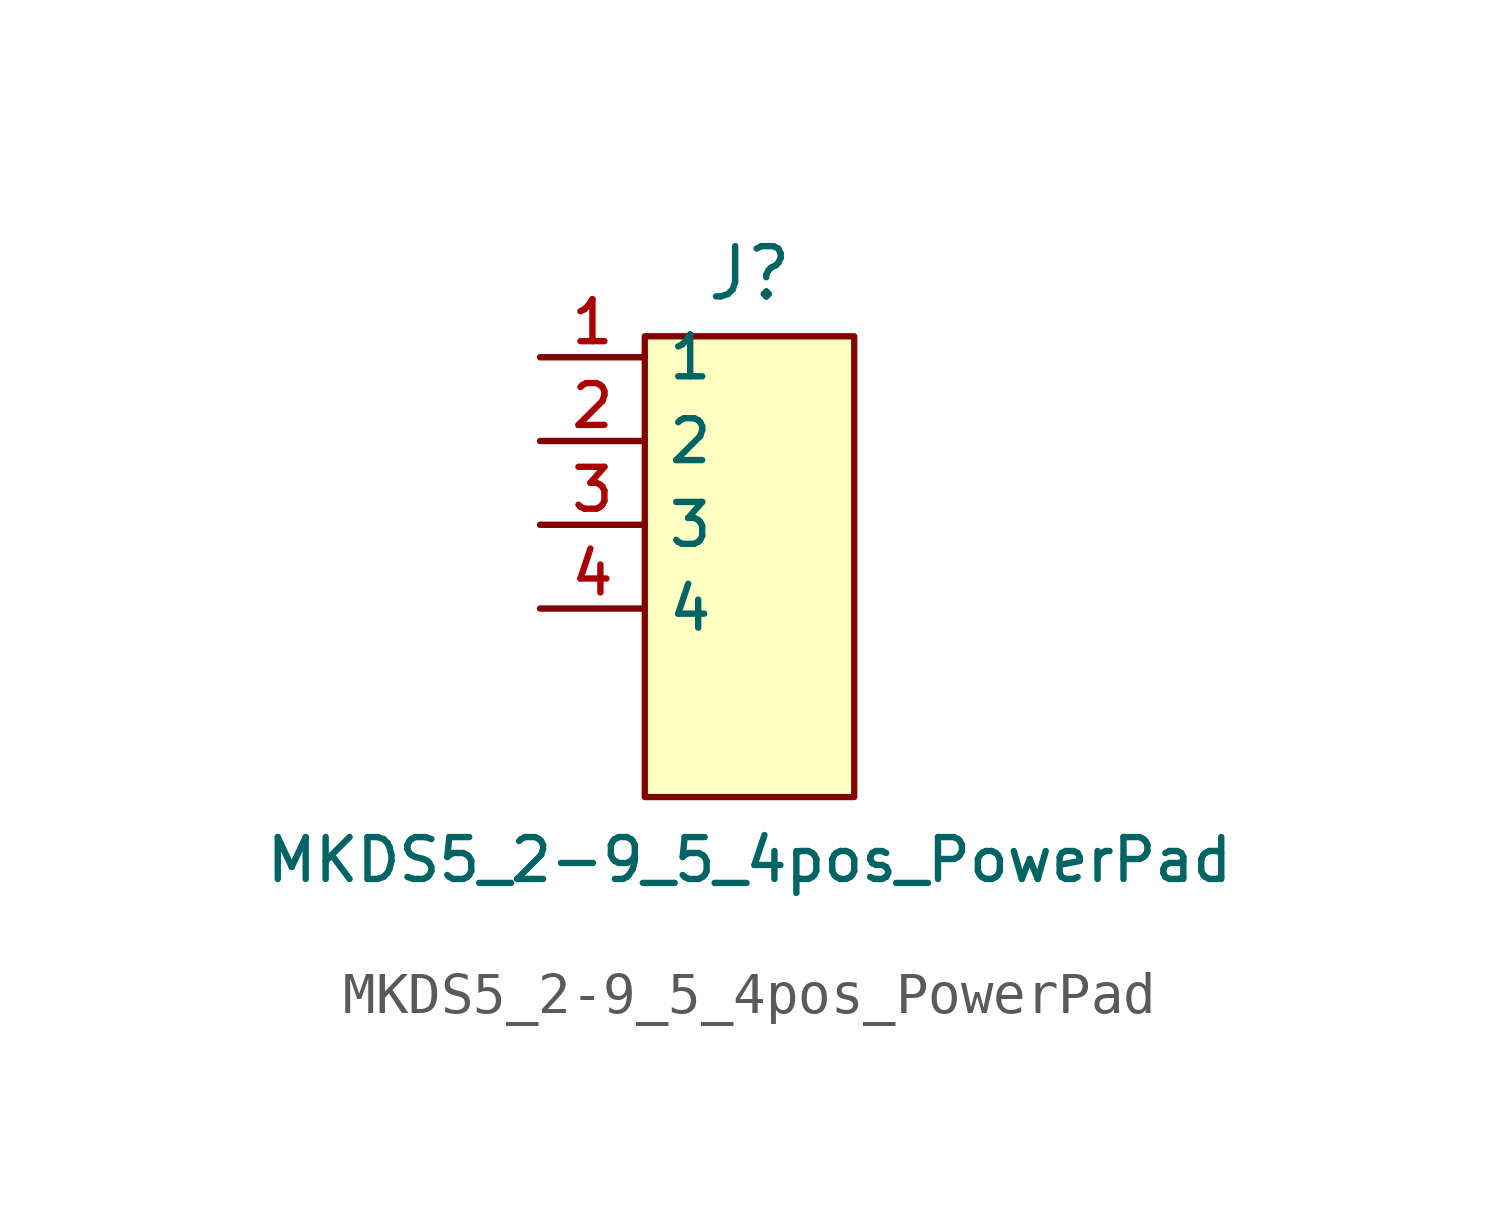
<source format=kicad_sym>
(kicad_symbol_lib
  (version 20211014)
  (generator KiCad)
  (symbol "MKDS5_2-9_5_4pos_PowerPad"
    (property "Reference" "J"
      (at 0 7 0)
      (effects (font (size 1.2 1.2))))
    (property "Value" "MKDS5_2-9_5_4pos_PowerPad"
      (at 0 -7 0)
      (effects (font (size 1.0 1.0))))
    (rectangle
      (start -2.5 5.5)
      (end 2.5 -5.5)
      (stroke (width 0.15) (type default))
      (fill (type background)))
    (pin passive line
      (at -5 5 0)
      (length 2.5)
      (name "1" (effects (font (size 1 1))))
      (number "1" (effects (font (size 1 1)))))
    (pin passive line
      (at -5 3 0)
      (length 2.5)
      (name "2" (effects (font (size 1 1))))
      (number "2" (effects (font (size 1 1)))))
    (pin passive line
      (at -5 1 0)
      (length 2.5)
      (name "3" (effects (font (size 1 1))))
      (number "3" (effects (font (size 1 1)))))
    (pin passive line
      (at -5 -1 0)
      (length 2.5)
      (name "4" (effects (font (size 1 1))))
      (number "4" (effects (font (size 1 1)))))))
</source>
